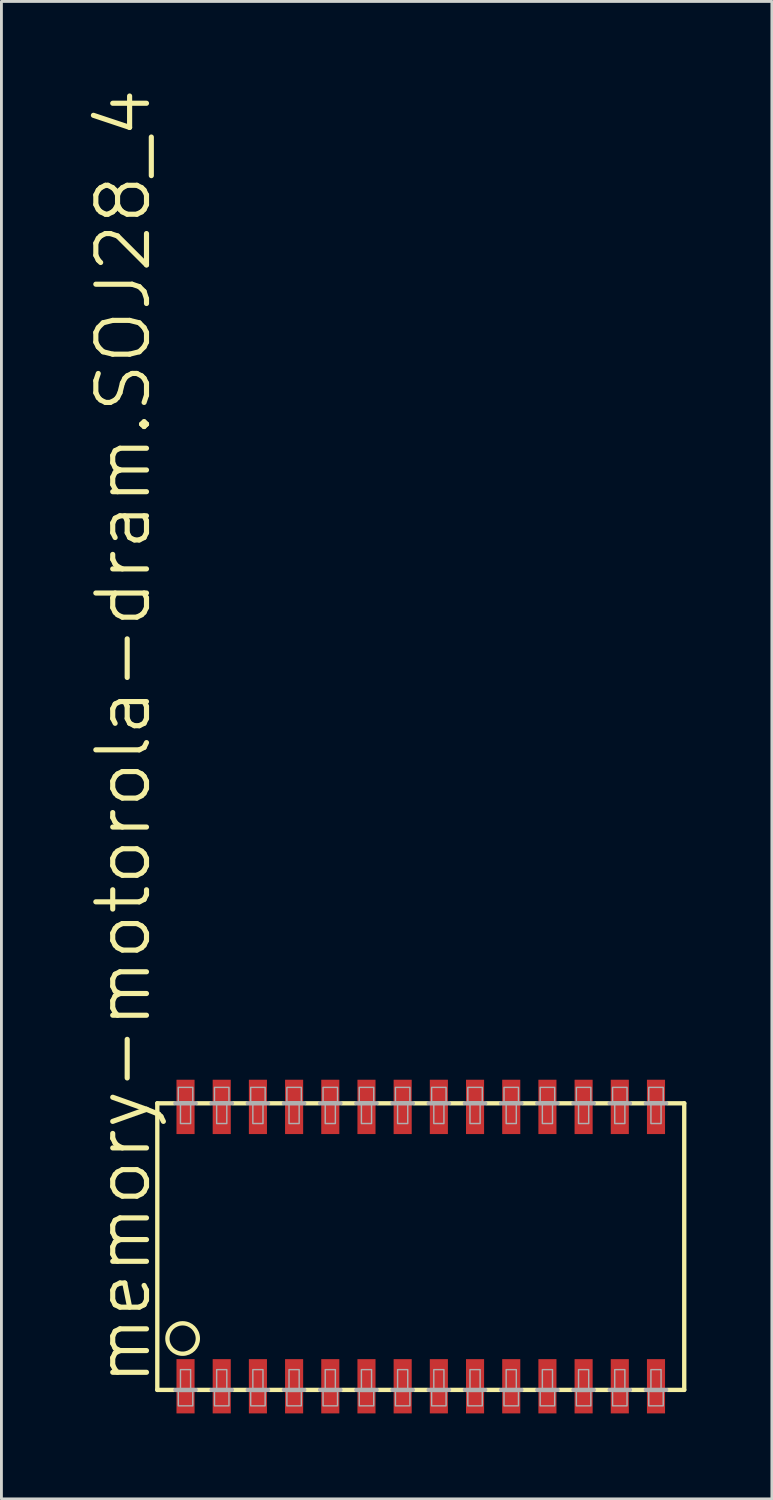
<source format=kicad_pcb>
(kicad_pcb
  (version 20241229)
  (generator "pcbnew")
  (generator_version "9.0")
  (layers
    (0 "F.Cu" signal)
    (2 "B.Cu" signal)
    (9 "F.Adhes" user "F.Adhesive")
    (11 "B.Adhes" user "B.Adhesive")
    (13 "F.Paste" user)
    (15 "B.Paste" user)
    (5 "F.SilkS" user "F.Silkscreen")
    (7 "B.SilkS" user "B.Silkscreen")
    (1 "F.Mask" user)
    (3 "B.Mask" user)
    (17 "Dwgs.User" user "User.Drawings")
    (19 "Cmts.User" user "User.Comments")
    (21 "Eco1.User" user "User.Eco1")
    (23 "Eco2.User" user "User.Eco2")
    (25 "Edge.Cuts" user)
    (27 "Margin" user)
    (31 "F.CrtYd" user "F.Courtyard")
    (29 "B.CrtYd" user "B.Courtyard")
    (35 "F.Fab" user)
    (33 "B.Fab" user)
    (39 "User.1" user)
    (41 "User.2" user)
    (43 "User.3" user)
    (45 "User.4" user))
  (footprint "memory-motorola-dram.SOJ28_4"
    (layer "F.Cu")
    (at 11.716 40.697)
    (property "Reference" "memory-motorola-dram.SOJ28_4" (at -9.398 4.953 90) (layer "F.SilkS") (effects (font (size 1.778 1.778) (thickness 0.18)) (justify left bottom)))
    (attr smd)
    (fp_line (start -9.246 -5.029) (end -9.246 5.029) (stroke (width 0.152) (type default)) (layer "F.SilkS"))
    (fp_line (start -9.246 -5.029) (end -8.661 -5.029) (stroke (width 0.152) (type default)) (layer "F.SilkS"))
    (fp_line (start -9.246 5.029) (end -8.661 5.029) (stroke (width 0.152) (type default)) (layer "F.SilkS"))
    (fp_line (start -7.849 -5.029) (end -7.391 -5.029) (stroke (width 0.152) (type default)) (layer "F.SilkS"))
    (fp_line (start -7.391 5.029) (end -7.849 5.029) (stroke (width 0.152) (type default)) (layer "F.SilkS"))
    (fp_line (start -6.579 -5.029) (end -6.121 -5.029) (stroke (width 0.152) (type default)) (layer "F.SilkS"))
    (fp_line (start -6.121 5.029) (end -6.579 5.029) (stroke (width 0.152) (type default)) (layer "F.SilkS"))
    (fp_line (start -5.309 -5.029) (end -4.851 -5.029) (stroke (width 0.152) (type default)) (layer "F.SilkS"))
    (fp_line (start -4.851 5.029) (end -5.309 5.029) (stroke (width 0.152) (type default)) (layer "F.SilkS"))
    (fp_line (start -4.039 -5.029) (end -3.581 -5.029) (stroke (width 0.152) (type default)) (layer "F.SilkS"))
    (fp_line (start -3.581 5.029) (end -4.039 5.029) (stroke (width 0.152) (type default)) (layer "F.SilkS"))
    (fp_line (start -2.769 -5.029) (end -2.311 -5.029) (stroke (width 0.152) (type default)) (layer "F.SilkS"))
    (fp_line (start -2.311 5.029) (end -2.769 5.029) (stroke (width 0.152) (type default)) (layer "F.SilkS"))
    (fp_line (start -1.499 -5.029) (end -1.041 -5.029) (stroke (width 0.152) (type default)) (layer "F.SilkS"))
    (fp_line (start -1.041 5.029) (end -1.499 5.029) (stroke (width 0.152) (type default)) (layer "F.SilkS"))
    (fp_line (start -0.229 -5.029) (end 0.229 -5.029) (stroke (width 0.152) (type default)) (layer "F.SilkS"))
    (fp_line (start 0.229 5.029) (end -0.229 5.029) (stroke (width 0.152) (type default)) (layer "F.SilkS"))
    (fp_line (start 1.041 -5.029) (end 1.499 -5.029) (stroke (width 0.152) (type default)) (layer "F.SilkS"))
    (fp_line (start 1.499 5.029) (end 1.041 5.029) (stroke (width 0.152) (type default)) (layer "F.SilkS"))
    (fp_line (start 2.311 -5.029) (end 2.769 -5.029) (stroke (width 0.152) (type default)) (layer "F.SilkS"))
    (fp_line (start 2.769 5.029) (end 2.311 5.029) (stroke (width 0.152) (type default)) (layer "F.SilkS"))
    (fp_line (start 3.581 -5.029) (end 4.039 -5.029) (stroke (width 0.152) (type default)) (layer "F.SilkS"))
    (fp_line (start 4.039 5.029) (end 3.581 5.029) (stroke (width 0.152) (type default)) (layer "F.SilkS"))
    (fp_line (start 4.851 -5.029) (end 5.309 -5.029) (stroke (width 0.152) (type default)) (layer "F.SilkS"))
    (fp_line (start 5.309 5.029) (end 4.851 5.029) (stroke (width 0.152) (type default)) (layer "F.SilkS"))
    (fp_line (start 6.121 -5.029) (end 6.579 -5.029) (stroke (width 0.152) (type default)) (layer "F.SilkS"))
    (fp_line (start 6.579 5.029) (end 6.121 5.029) (stroke (width 0.152) (type default)) (layer "F.SilkS"))
    (fp_line (start 7.391 -5.029) (end 7.849 -5.029) (stroke (width 0.152) (type default)) (layer "F.SilkS"))
    (fp_line (start 7.849 5.029) (end 7.391 5.029) (stroke (width 0.152) (type default)) (layer "F.SilkS"))
    (fp_line (start 9.246 -5.029) (end 8.661 -5.029) (stroke (width 0.152) (type default)) (layer "F.SilkS"))
    (fp_line (start 9.246 5.029) (end 8.661 5.029) (stroke (width 0.152) (type default)) (layer "F.SilkS"))
    (fp_line (start 9.246 5.029) (end 9.246 -5.029) (stroke (width 0.152) (type default)) (layer "F.SilkS"))
    (fp_circle (center -8.357 3.226) (end -7.823 3.226) (stroke (width 0.152) (type default)) (fill no) (layer "F.SilkS"))
    (fp_line (start -8.611 -5.029) (end -7.899 -5.029) (stroke (width 0.152) (type default)) (layer "F.Fab"))
    (fp_line (start -8.611 5.029) (end -7.899 5.029) (stroke (width 0.152) (type default)) (layer "F.Fab"))
    (fp_line (start -7.341 -5.029) (end -6.629 -5.029) (stroke (width 0.152) (type default)) (layer "F.Fab"))
    (fp_line (start -6.629 5.029) (end -7.341 5.029) (stroke (width 0.152) (type default)) (layer "F.Fab"))
    (fp_line (start -6.071 -5.029) (end -5.359 -5.029) (stroke (width 0.152) (type default)) (layer "F.Fab"))
    (fp_line (start -5.359 5.029) (end -6.071 5.029) (stroke (width 0.152) (type default)) (layer "F.Fab"))
    (fp_line (start -4.801 -5.029) (end -4.089 -5.029) (stroke (width 0.152) (type default)) (layer "F.Fab"))
    (fp_line (start -4.089 5.029) (end -4.801 5.029) (stroke (width 0.152) (type default)) (layer "F.Fab"))
    (fp_line (start -3.531 -5.029) (end -2.819 -5.029) (stroke (width 0.152) (type default)) (layer "F.Fab"))
    (fp_line (start -2.819 5.029) (end -3.531 5.029) (stroke (width 0.152) (type default)) (layer "F.Fab"))
    (fp_line (start -2.261 -5.029) (end -1.549 -5.029) (stroke (width 0.152) (type default)) (layer "F.Fab"))
    (fp_line (start -1.549 5.029) (end -2.261 5.029) (stroke (width 0.152) (type default)) (layer "F.Fab"))
    (fp_line (start -0.991 -5.029) (end -0.279 -5.029) (stroke (width 0.152) (type default)) (layer "F.Fab"))
    (fp_line (start -0.279 5.029) (end -0.991 5.029) (stroke (width 0.152) (type default)) (layer "F.Fab"))
    (fp_line (start 0.279 -5.029) (end 0.991 -5.029) (stroke (width 0.152) (type default)) (layer "F.Fab"))
    (fp_line (start 0.991 5.029) (end 0.279 5.029) (stroke (width 0.152) (type default)) (layer "F.Fab"))
    (fp_line (start 1.549 -5.029) (end 2.261 -5.029) (stroke (width 0.152) (type default)) (layer "F.Fab"))
    (fp_line (start 2.261 5.029) (end 1.549 5.029) (stroke (width 0.152) (type default)) (layer "F.Fab"))
    (fp_line (start 2.819 -5.029) (end 3.531 -5.029) (stroke (width 0.152) (type default)) (layer "F.Fab"))
    (fp_line (start 3.531 5.029) (end 2.819 5.029) (stroke (width 0.152) (type default)) (layer "F.Fab"))
    (fp_line (start 4.089 -5.029) (end 4.801 -5.029) (stroke (width 0.152) (type default)) (layer "F.Fab"))
    (fp_line (start 4.801 5.029) (end 4.089 5.029) (stroke (width 0.152) (type default)) (layer "F.Fab"))
    (fp_line (start 5.359 -5.029) (end 6.071 -5.029) (stroke (width 0.152) (type default)) (layer "F.Fab"))
    (fp_line (start 6.071 5.029) (end 5.359 5.029) (stroke (width 0.152) (type default)) (layer "F.Fab"))
    (fp_line (start 6.629 -5.029) (end 7.341 -5.029) (stroke (width 0.152) (type default)) (layer "F.Fab"))
    (fp_line (start 7.341 5.029) (end 6.629 5.029) (stroke (width 0.152) (type default)) (layer "F.Fab"))
    (fp_line (start 8.611 -5.029) (end 7.899 -5.029) (stroke (width 0.152) (type default)) (layer "F.Fab"))
    (fp_line (start 8.611 5.029) (end 7.899 5.029) (stroke (width 0.152) (type default)) (layer "F.Fab"))
    (fp_rect (start -8.509 -5.08) (end -8.001 -5.588) (stroke (width 0.05) (type default)) (fill no) (layer "F.Fab"))
    (fp_rect (start -8.509 5.588) (end -8.001 5.08) (stroke (width 0.05) (type default)) (fill no) (layer "F.Fab"))
    (fp_rect (start -8.433 -4.318) (end -8.077 -5.08) (stroke (width 0.05) (type default)) (fill no) (layer "F.Fab"))
    (fp_rect (start -8.433 5.08) (end -8.077 4.318) (stroke (width 0.05) (type default)) (fill no) (layer "F.Fab"))
    (fp_rect (start -7.239 -5.08) (end -6.731 -5.588) (stroke (width 0.05) (type default)) (fill no) (layer "F.Fab"))
    (fp_rect (start -7.239 5.588) (end -6.731 5.08) (stroke (width 0.05) (type default)) (fill no) (layer "F.Fab"))
    (fp_rect (start -7.163 -4.318) (end -6.807 -5.08) (stroke (width 0.05) (type default)) (fill no) (layer "F.Fab"))
    (fp_rect (start -7.163 5.08) (end -6.807 4.318) (stroke (width 0.05) (type default)) (fill no) (layer "F.Fab"))
    (fp_rect (start -5.969 -5.08) (end -5.461 -5.588) (stroke (width 0.05) (type default)) (fill no) (layer "F.Fab"))
    (fp_rect (start -5.969 5.588) (end -5.461 5.08) (stroke (width 0.05) (type default)) (fill no) (layer "F.Fab"))
    (fp_rect (start -5.893 -4.318) (end -5.537 -5.08) (stroke (width 0.05) (type default)) (fill no) (layer "F.Fab"))
    (fp_rect (start -5.893 5.08) (end -5.537 4.318) (stroke (width 0.05) (type default)) (fill no) (layer "F.Fab"))
    (fp_rect (start -4.699 -5.08) (end -4.191 -5.588) (stroke (width 0.05) (type default)) (fill no) (layer "F.Fab"))
    (fp_rect (start -4.699 5.588) (end -4.191 5.08) (stroke (width 0.05) (type default)) (fill no) (layer "F.Fab"))
    (fp_rect (start -4.623 -4.318) (end -4.267 -5.08) (stroke (width 0.05) (type default)) (fill no) (layer "F.Fab"))
    (fp_rect (start -4.623 5.08) (end -4.267 4.318) (stroke (width 0.05) (type default)) (fill no) (layer "F.Fab"))
    (fp_rect (start -3.429 -5.08) (end -2.921 -5.588) (stroke (width 0.05) (type default)) (fill no) (layer "F.Fab"))
    (fp_rect (start -3.429 5.588) (end -2.921 5.08) (stroke (width 0.05) (type default)) (fill no) (layer "F.Fab"))
    (fp_rect (start -3.353 -4.318) (end -2.997 -5.08) (stroke (width 0.05) (type default)) (fill no) (layer "F.Fab"))
    (fp_rect (start -3.353 5.08) (end -2.997 4.318) (stroke (width 0.05) (type default)) (fill no) (layer "F.Fab"))
    (fp_rect (start -2.159 -5.08) (end -1.651 -5.588) (stroke (width 0.05) (type default)) (fill no) (layer "F.Fab"))
    (fp_rect (start -2.159 5.588) (end -1.651 5.08) (stroke (width 0.05) (type default)) (fill no) (layer "F.Fab"))
    (fp_rect (start -2.083 -4.318) (end -1.727 -5.08) (stroke (width 0.05) (type default)) (fill no) (layer "F.Fab"))
    (fp_rect (start -2.083 5.08) (end -1.727 4.318) (stroke (width 0.05) (type default)) (fill no) (layer "F.Fab"))
    (fp_rect (start -0.889 -5.08) (end -0.381 -5.588) (stroke (width 0.05) (type default)) (fill no) (layer "F.Fab"))
    (fp_rect (start -0.889 5.588) (end -0.381 5.08) (stroke (width 0.05) (type default)) (fill no) (layer "F.Fab"))
    (fp_rect (start -0.813 -4.318) (end -0.457 -5.08) (stroke (width 0.05) (type default)) (fill no) (layer "F.Fab"))
    (fp_rect (start -0.813 5.08) (end -0.457 4.318) (stroke (width 0.05) (type default)) (fill no) (layer "F.Fab"))
    (fp_rect (start 0.381 -5.08) (end 0.889 -5.588) (stroke (width 0.05) (type default)) (fill no) (layer "F.Fab"))
    (fp_rect (start 0.381 5.588) (end 0.889 5.08) (stroke (width 0.05) (type default)) (fill no) (layer "F.Fab"))
    (fp_rect (start 0.457 -4.318) (end 0.813 -5.08) (stroke (width 0.05) (type default)) (fill no) (layer "F.Fab"))
    (fp_rect (start 0.457 5.08) (end 0.813 4.318) (stroke (width 0.05) (type default)) (fill no) (layer "F.Fab"))
    (fp_rect (start 1.651 -5.08) (end 2.159 -5.588) (stroke (width 0.05) (type default)) (fill no) (layer "F.Fab"))
    (fp_rect (start 1.651 5.588) (end 2.159 5.08) (stroke (width 0.05) (type default)) (fill no) (layer "F.Fab"))
    (fp_rect (start 1.727 -4.318) (end 2.083 -5.08) (stroke (width 0.05) (type default)) (fill no) (layer "F.Fab"))
    (fp_rect (start 1.727 5.08) (end 2.083 4.318) (stroke (width 0.05) (type default)) (fill no) (layer "F.Fab"))
    (fp_rect (start 2.921 -5.08) (end 3.429 -5.588) (stroke (width 0.05) (type default)) (fill no) (layer "F.Fab"))
    (fp_rect (start 2.921 5.588) (end 3.429 5.08) (stroke (width 0.05) (type default)) (fill no) (layer "F.Fab"))
    (fp_rect (start 2.997 -4.318) (end 3.353 -5.08) (stroke (width 0.05) (type default)) (fill no) (layer "F.Fab"))
    (fp_rect (start 2.997 5.08) (end 3.353 4.318) (stroke (width 0.05) (type default)) (fill no) (layer "F.Fab"))
    (fp_rect (start 4.191 -5.08) (end 4.699 -5.588) (stroke (width 0.05) (type default)) (fill no) (layer "F.Fab"))
    (fp_rect (start 4.191 5.588) (end 4.699 5.08) (stroke (width 0.05) (type default)) (fill no) (layer "F.Fab"))
    (fp_rect (start 4.267 -4.318) (end 4.623 -5.08) (stroke (width 0.05) (type default)) (fill no) (layer "F.Fab"))
    (fp_rect (start 4.267 5.08) (end 4.623 4.318) (stroke (width 0.05) (type default)) (fill no) (layer "F.Fab"))
    (fp_rect (start 5.461 -5.08) (end 5.969 -5.588) (stroke (width 0.05) (type default)) (fill no) (layer "F.Fab"))
    (fp_rect (start 5.461 5.588) (end 5.969 5.08) (stroke (width 0.05) (type default)) (fill no) (layer "F.Fab"))
    (fp_rect (start 5.537 -4.318) (end 5.893 -5.08) (stroke (width 0.05) (type default)) (fill no) (layer "F.Fab"))
    (fp_rect (start 5.537 5.08) (end 5.893 4.318) (stroke (width 0.05) (type default)) (fill no) (layer "F.Fab"))
    (fp_rect (start 6.731 -5.08) (end 7.239 -5.588) (stroke (width 0.05) (type default)) (fill no) (layer "F.Fab"))
    (fp_rect (start 6.731 5.588) (end 7.239 5.08) (stroke (width 0.05) (type default)) (fill no) (layer "F.Fab"))
    (fp_rect (start 6.807 -4.318) (end 7.163 -5.08) (stroke (width 0.05) (type default)) (fill no) (layer "F.Fab"))
    (fp_rect (start 6.807 5.08) (end 7.163 4.318) (stroke (width 0.05) (type default)) (fill no) (layer "F.Fab"))
    (fp_rect (start 8.001 -5.08) (end 8.509 -5.588) (stroke (width 0.05) (type default)) (fill no) (layer "F.Fab"))
    (fp_rect (start 8.001 5.588) (end 8.509 5.08) (stroke (width 0.05) (type default)) (fill no) (layer "F.Fab"))
    (fp_rect (start 8.077 -4.318) (end 8.433 -5.08) (stroke (width 0.05) (type default)) (fill no) (layer "F.Fab"))
    (fp_rect (start 8.077 5.08) (end 8.433 4.318) (stroke (width 0.05) (type default)) (fill no) (layer "F.Fab"))
    (pad "1" smd roundrect (at -8.255 4.902) (size 0.635 1.905) (layers "F.Cu" "F.Mask" "F.Paste") (roundrect_rratio 0.01))
    (pad "2" smd roundrect (at -6.985 4.902) (size 0.635 1.905) (layers "F.Cu" "F.Mask" "F.Paste") (roundrect_rratio 0.01))
    (pad "3" smd roundrect (at -5.715 4.902) (size 0.635 1.905) (layers "F.Cu" "F.Mask" "F.Paste") (roundrect_rratio 0.01))
    (pad "4" smd roundrect (at -4.445 4.902) (size 0.635 1.905) (layers "F.Cu" "F.Mask" "F.Paste") (roundrect_rratio 0.01))
    (pad "5" smd roundrect (at -3.175 4.902) (size 0.635 1.905) (layers "F.Cu" "F.Mask" "F.Paste") (roundrect_rratio 0.01))
    (pad "6" smd roundrect (at -1.905 4.902) (size 0.635 1.905) (layers "F.Cu" "F.Mask" "F.Paste") (roundrect_rratio 0.01))
    (pad "7" smd roundrect (at -0.635 4.902) (size 0.635 1.905) (layers "F.Cu" "F.Mask" "F.Paste") (roundrect_rratio 0.01))
    (pad "8" smd roundrect (at 0.635 4.902) (size 0.635 1.905) (layers "F.Cu" "F.Mask" "F.Paste") (roundrect_rratio 0.01))
    (pad "9" smd roundrect (at 1.905 4.902) (size 0.635 1.905) (layers "F.Cu" "F.Mask" "F.Paste") (roundrect_rratio 0.01))
    (pad "10" smd roundrect (at 3.175 4.902) (size 0.635 1.905) (layers "F.Cu" "F.Mask" "F.Paste") (roundrect_rratio 0.01))
    (pad "11" smd roundrect (at 4.445 4.902) (size 0.635 1.905) (layers "F.Cu" "F.Mask" "F.Paste") (roundrect_rratio 0.01))
    (pad "12" smd roundrect (at 5.715 4.902) (size 0.635 1.905) (layers "F.Cu" "F.Mask" "F.Paste") (roundrect_rratio 0.01))
    (pad "13" smd roundrect (at 6.985 4.902) (size 0.635 1.905) (layers "F.Cu" "F.Mask" "F.Paste") (roundrect_rratio 0.01))
    (pad "14" smd roundrect (at 8.255 4.902) (size 0.635 1.905) (layers "F.Cu" "F.Mask" "F.Paste") (roundrect_rratio 0.01))
    (pad "15" smd roundrect (at 8.255 -4.902) (size 0.635 1.905) (layers "F.Cu" "F.Mask" "F.Paste") (roundrect_rratio 0.01))
    (pad "16" smd roundrect (at 6.985 -4.902) (size 0.635 1.905) (layers "F.Cu" "F.Mask" "F.Paste") (roundrect_rratio 0.01))
    (pad "17" smd roundrect (at 5.715 -4.902) (size 0.635 1.905) (layers "F.Cu" "F.Mask" "F.Paste") (roundrect_rratio 0.01))
    (pad "18" smd roundrect (at 4.445 -4.902) (size 0.635 1.905) (layers "F.Cu" "F.Mask" "F.Paste") (roundrect_rratio 0.01))
    (pad "19" smd roundrect (at 3.175 -4.902) (size 0.635 1.905) (layers "F.Cu" "F.Mask" "F.Paste") (roundrect_rratio 0.01))
    (pad "20" smd roundrect (at 1.905 -4.902) (size 0.635 1.905) (layers "F.Cu" "F.Mask" "F.Paste") (roundrect_rratio 0.01))
    (pad "21" smd roundrect (at 0.635 -4.902) (size 0.635 1.905) (layers "F.Cu" "F.Mask" "F.Paste") (roundrect_rratio 0.01))
    (pad "22" smd roundrect (at -0.635 -4.902) (size 0.635 1.905) (layers "F.Cu" "F.Mask" "F.Paste") (roundrect_rratio 0.01))
    (pad "23" smd roundrect (at -1.905 -4.902) (size 0.635 1.905) (layers "F.Cu" "F.Mask" "F.Paste") (roundrect_rratio 0.01))
    (pad "24" smd roundrect (at -3.175 -4.902) (size 0.635 1.905) (layers "F.Cu" "F.Mask" "F.Paste") (roundrect_rratio 0.01))
    (pad "25" smd roundrect (at -4.445 -4.902) (size 0.635 1.905) (layers "F.Cu" "F.Mask" "F.Paste") (roundrect_rratio 0.01))
    (pad "26" smd roundrect (at -5.715 -4.902) (size 0.635 1.905) (layers "F.Cu" "F.Mask" "F.Paste") (roundrect_rratio 0.01))
    (pad "27" smd roundrect (at -6.985 -4.902) (size 0.635 1.905) (layers "F.Cu" "F.Mask" "F.Paste") (roundrect_rratio 0.01))
    (pad "28" smd roundrect (at -8.255 -4.902) (size 0.635 1.905) (layers "F.Cu" "F.Mask" "F.Paste") (roundrect_rratio 0.01)))
  (gr_rect
    (start -3 -3)
    (end 24.038 49.552)
    (stroke (width 0.1) (type default))
    (fill no)
    (layer "Edge.Cuts")))
</source>
